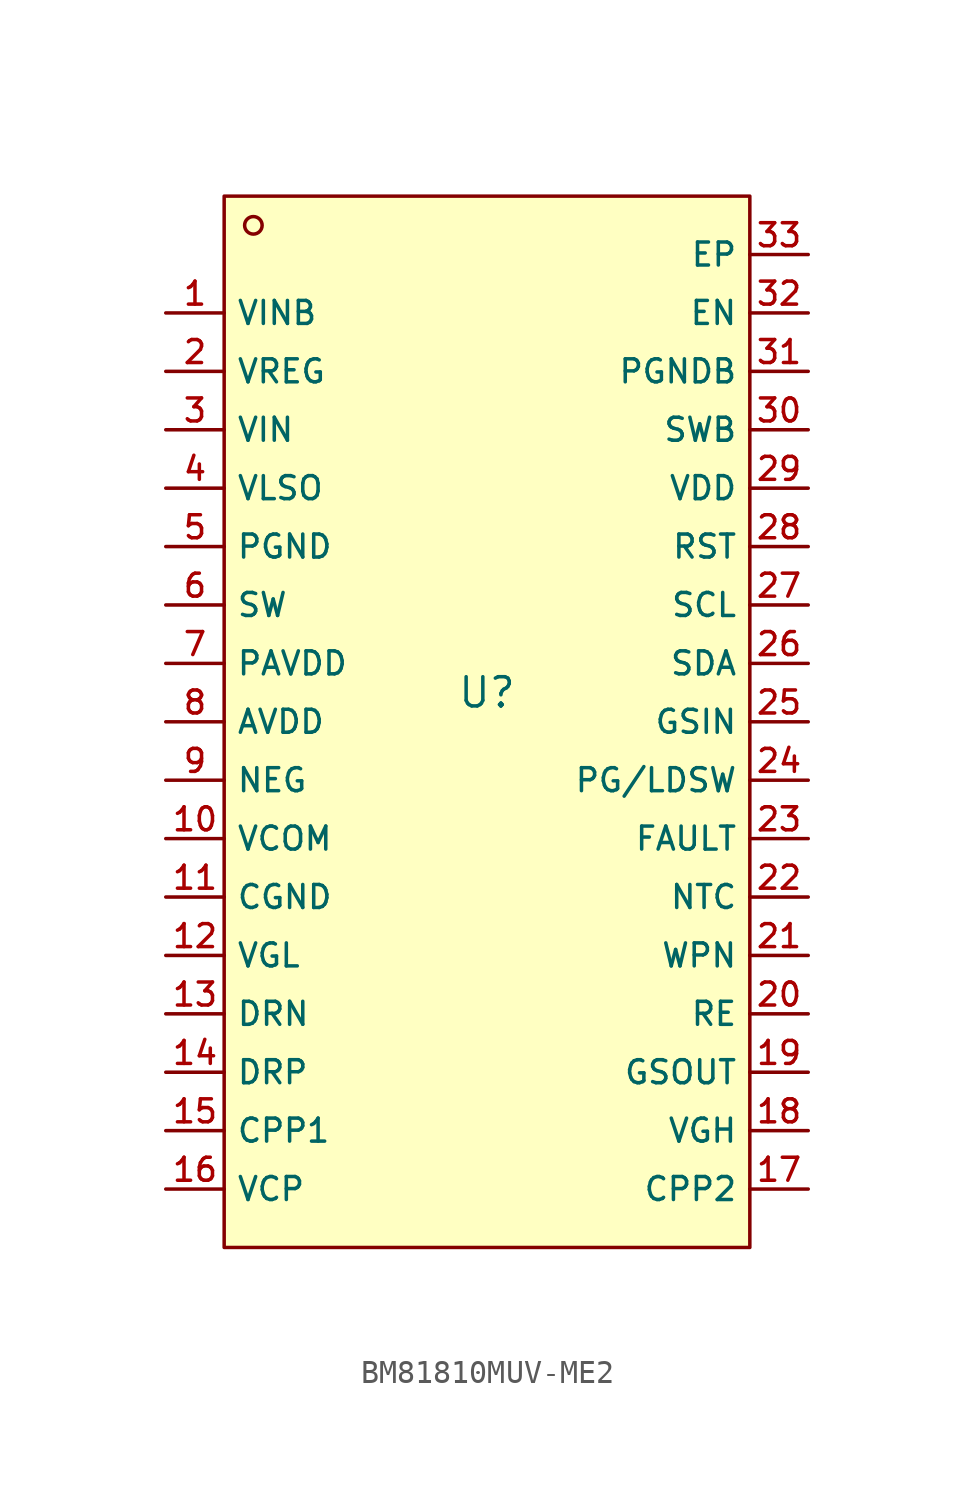
<source format=kicad_sym>
(kicad_symbol_lib
  (version 20210201)
  (generator TousstNicolas/JLC2KiCad_lib)
  (symbol "BM81810MUV-ME2"
    (property "Reference" "U"
      (at 0 1.27 0)
      (effects (font (size 1.27 1.27))))
    (symbol "BM81810MUV-ME2_0_1"
      (rectangle (start -11.43 22.86) (end 11.43 -22.86) (stroke (width 0) (type default) (color 0 0 0 0)) (fill (type background)))
      (circle (center -10.16 21.59) (radius 0.381) (stroke (width 0) (type default) (color 0 0 0 0)) (fill (type background)))
      (pin unspecified line (at -13.97 17.78 0) (length 2.54) (name "VINB" (effects (font (size 1 1)))) (number "1" (effects (font (size 1 1)))))
      (pin unspecified line (at -13.97 15.24 0) (length 2.54) (name "VREG" (effects (font (size 1 1)))) (number "2" (effects (font (size 1 1)))))
      (pin unspecified line (at -13.97 12.7 0) (length 2.54) (name "VIN" (effects (font (size 1 1)))) (number "3" (effects (font (size 1 1)))))
      (pin unspecified line (at -13.97 10.16 0) (length 2.54) (name "VLSO" (effects (font (size 1 1)))) (number "4" (effects (font (size 1 1)))))
      (pin unspecified line (at -13.97 7.62 0) (length 2.54) (name "PGND" (effects (font (size 1 1)))) (number "5" (effects (font (size 1 1)))))
      (pin unspecified line (at -13.97 5.08 0) (length 2.54) (name "SW" (effects (font (size 1 1)))) (number "6" (effects (font (size 1 1)))))
      (pin unspecified line (at -13.97 2.54 0) (length 2.54) (name "PAVDD" (effects (font (size 1 1)))) (number "7" (effects (font (size 1 1)))))
      (pin unspecified line (at -13.97 -0.0 0) (length 2.54) (name "AVDD" (effects (font (size 1 1)))) (number "8" (effects (font (size 1 1)))))
      (pin unspecified line (at -13.97 -2.54 0) (length 2.54) (name "NEG" (effects (font (size 1 1)))) (number "9" (effects (font (size 1 1)))))
      (pin unspecified line (at -13.97 -5.08 0) (length 2.54) (name "VCOM" (effects (font (size 1 1)))) (number "10" (effects (font (size 1 1)))))
      (pin unspecified line (at -13.97 -7.62 0) (length 2.54) (name "CGND" (effects (font (size 1 1)))) (number "11" (effects (font (size 1 1)))))
      (pin unspecified line (at -13.97 -10.16 0) (length 2.54) (name "VGL" (effects (font (size 1 1)))) (number "12" (effects (font (size 1 1)))))
      (pin unspecified line (at -13.97 -12.7 0) (length 2.54) (name "DRN" (effects (font (size 1 1)))) (number "13" (effects (font (size 1 1)))))
      (pin unspecified line (at -13.97 -15.24 0) (length 2.54) (name "DRP" (effects (font (size 1 1)))) (number "14" (effects (font (size 1 1)))))
      (pin unspecified line (at -13.97 -17.78 0) (length 2.54) (name "CPP1" (effects (font (size 1 1)))) (number "15" (effects (font (size 1 1)))))
      (pin unspecified line (at -13.97 -20.32 0) (length 2.54) (name "VCP" (effects (font (size 1 1)))) (number "16" (effects (font (size 1 1)))))
      (pin unspecified line (at 13.97 -20.32 180) (length 2.54) (name "CPP2" (effects (font (size 1 1)))) (number "17" (effects (font (size 1 1)))))
      (pin unspecified line (at 13.97 -17.78 180) (length 2.54) (name "VGH" (effects (font (size 1 1)))) (number "18" (effects (font (size 1 1)))))
      (pin unspecified line (at 13.97 -15.24 180) (length 2.54) (name "GSOUT" (effects (font (size 1 1)))) (number "19" (effects (font (size 1 1)))))
      (pin unspecified line (at 13.97 -12.7 180) (length 2.54) (name "RE" (effects (font (size 1 1)))) (number "20" (effects (font (size 1 1)))))
      (pin unspecified line (at 13.97 -10.16 180) (length 2.54) (name "WPN" (effects (font (size 1 1)))) (number "21" (effects (font (size 1 1)))))
      (pin unspecified line (at 13.97 -7.62 180) (length 2.54) (name "NTC" (effects (font (size 1 1)))) (number "22" (effects (font (size 1 1)))))
      (pin unspecified line (at 13.97 -5.08 180) (length 2.54) (name "FAULT" (effects (font (size 1 1)))) (number "23" (effects (font (size 1 1)))))
      (pin unspecified line (at 13.97 -2.54 180) (length 2.54) (name "PG/LDSW" (effects (font (size 1 1)))) (number "24" (effects (font (size 1 1)))))
      (pin unspecified line (at 13.97 -0.0 180) (length 2.54) (name "GSIN" (effects (font (size 1 1)))) (number "25" (effects (font (size 1 1)))))
      (pin unspecified line (at 13.97 2.54 180) (length 2.54) (name "SDA" (effects (font (size 1 1)))) (number "26" (effects (font (size 1 1)))))
      (pin unspecified line (at 13.97 5.08 180) (length 2.54) (name "SCL" (effects (font (size 1 1)))) (number "27" (effects (font (size 1 1)))))
      (pin unspecified line (at 13.97 7.62 180) (length 2.54) (name "RST" (effects (font (size 1 1)))) (number "28" (effects (font (size 1 1)))))
      (pin unspecified line (at 13.97 10.16 180) (length 2.54) (name "VDD" (effects (font (size 1 1)))) (number "29" (effects (font (size 1 1)))))
      (pin unspecified line (at 13.97 12.7 180) (length 2.54) (name "SWB" (effects (font (size 1 1)))) (number "30" (effects (font (size 1 1)))))
      (pin unspecified line (at 13.97 15.24 180) (length 2.54) (name "PGNDB" (effects (font (size 1 1)))) (number "31" (effects (font (size 1 1)))))
      (pin unspecified line (at 13.97 17.78 180) (length 2.54) (name "EN" (effects (font (size 1 1)))) (number "32" (effects (font (size 1 1)))))
      (pin unspecified line (at 13.97 20.32 180) (length 2.54) (name "EP" (effects (font (size 1 1)))) (number "33" (effects (font (size 1 1))))))))
</source>
